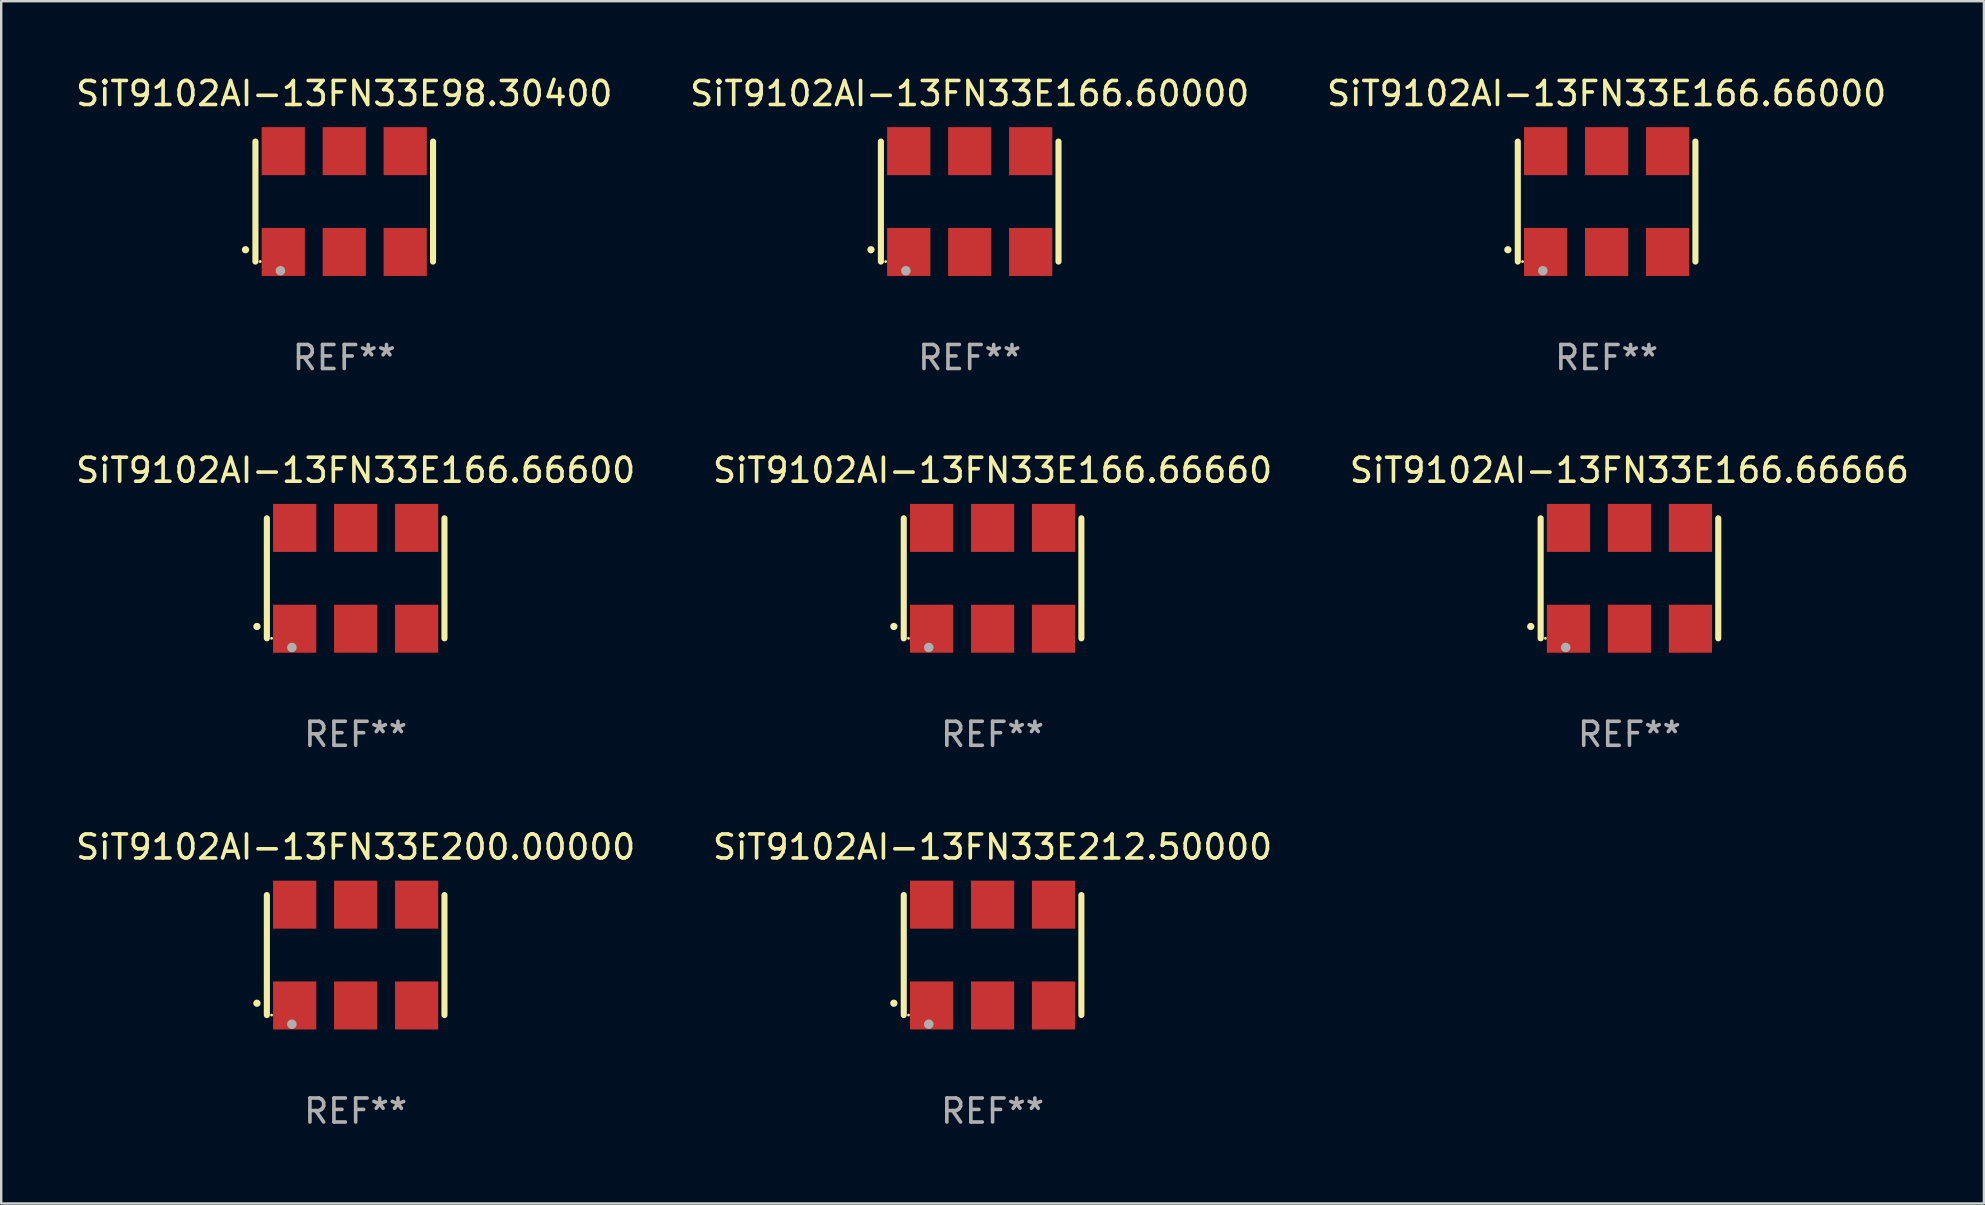
<source format=kicad_pcb>
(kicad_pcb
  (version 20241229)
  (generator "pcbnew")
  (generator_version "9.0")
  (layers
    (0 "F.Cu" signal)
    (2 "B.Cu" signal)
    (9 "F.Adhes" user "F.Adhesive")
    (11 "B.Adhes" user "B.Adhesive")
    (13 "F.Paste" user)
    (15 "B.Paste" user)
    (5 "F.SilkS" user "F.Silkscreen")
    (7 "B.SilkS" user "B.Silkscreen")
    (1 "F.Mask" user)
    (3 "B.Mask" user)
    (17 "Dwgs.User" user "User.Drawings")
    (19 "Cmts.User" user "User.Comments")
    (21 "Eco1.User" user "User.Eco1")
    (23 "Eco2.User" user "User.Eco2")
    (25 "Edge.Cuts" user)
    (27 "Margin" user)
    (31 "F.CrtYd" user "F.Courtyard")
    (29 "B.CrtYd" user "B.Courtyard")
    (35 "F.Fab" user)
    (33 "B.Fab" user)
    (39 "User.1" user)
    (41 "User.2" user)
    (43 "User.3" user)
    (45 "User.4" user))
  (footprint "SiT9102AI-13FN33E212.50000"
    (layer "F.Cu")
    (at 38.304 36.741)
    (property "Reference" "SiT9102AI-13FN33E212.50000" (at 0 -4.5 0) (layer "F.SilkS") (effects (font (size 1 1) (thickness 0.15))))
    (attr through_hole)
    (fp_line (start -3.7 -2.5) (end -3.7 2.5) (stroke (width 0.254) (type solid)) (layer "F.SilkS"))
    (fp_line (start 3.7 -2.5) (end 3.7 2.5) (stroke (width 0.254) (type solid)) (layer "F.SilkS"))
    (fp_arc (start -4.114415 2.006604) (mid -4.113145 2.006599) (end -4.111875 2.006604) (stroke (width 0.3) (type solid)) (layer "F.SilkS"))
    (fp_circle (center -3.502 2.5) (end -3.472 2.5) (stroke (width 0.06) (type solid)) (fill no) (layer "F.SilkS"))
    (fp_circle (center -2.657 2.882) (end -2.557 2.882) (stroke (width 0.2) (type solid)) (fill no) (layer "F.Fab"))
    (fp_text user "REF**" (at 0 6.5 0) (layer "F.Fab") (effects (font (size 1 1) (thickness 0.15))))
    (pad "1" smd rect (at -2.54 2.1) (size 1.8 2) (layers "F.Cu" "F.Mask" "F.Paste"))
    (pad "2" smd rect (at 0.000394 2.1) (size 1.8 2) (layers "F.Cu" "F.Mask" "F.Paste"))
    (pad "3" smd rect (at 2.54 2.1) (size 1.8 2) (layers "F.Cu" "F.Mask" "F.Paste"))
    (pad "4" smd rect (at 2.54 -2.1) (size 1.8 2) (layers "F.Cu" "F.Mask" "F.Paste"))
    (pad "5" smd rect (at 0.000394 -2.1) (size 1.8 2) (layers "F.Cu" "F.Mask" "F.Paste"))
    (pad "6" smd rect (at -2.54 -2.1) (size 1.8 2) (layers "F.Cu" "F.Mask" "F.Paste")))
  (footprint "SiT9102AI-13FN33E166.66000"
    (layer "F.Cu")
    (at 63.887 5.348)
    (property "Reference" "SiT9102AI-13FN33E166.66000" (at 0 -4.5 0) (layer "F.SilkS") (effects (font (size 1 1) (thickness 0.15))))
    (attr through_hole)
    (fp_line (start -3.7 -2.5) (end -3.7 2.5) (stroke (width 0.254) (type solid)) (layer "F.SilkS"))
    (fp_line (start 3.7 -2.5) (end 3.7 2.5) (stroke (width 0.254) (type solid)) (layer "F.SilkS"))
    (fp_arc (start -4.114415 2.006604) (mid -4.113145 2.006599) (end -4.111875 2.006604) (stroke (width 0.3) (type solid)) (layer "F.SilkS"))
    (fp_circle (center -3.502 2.5) (end -3.472 2.5) (stroke (width 0.06) (type solid)) (fill no) (layer "F.SilkS"))
    (fp_circle (center -2.657 2.882) (end -2.557 2.882) (stroke (width 0.2) (type solid)) (fill no) (layer "F.Fab"))
    (fp_text user "REF**" (at 0 6.5 0) (layer "F.Fab") (effects (font (size 1 1) (thickness 0.15))))
    (pad "1" smd rect (at -2.54 2.1) (size 1.8 2) (layers "F.Cu" "F.Mask" "F.Paste"))
    (pad "2" smd rect (at 0.000394 2.1) (size 1.8 2) (layers "F.Cu" "F.Mask" "F.Paste"))
    (pad "3" smd rect (at 2.54 2.1) (size 1.8 2) (layers "F.Cu" "F.Mask" "F.Paste"))
    (pad "4" smd rect (at 2.54 -2.1) (size 1.8 2) (layers "F.Cu" "F.Mask" "F.Paste"))
    (pad "5" smd rect (at 0.000394 -2.1) (size 1.8 2) (layers "F.Cu" "F.Mask" "F.Paste"))
    (pad "6" smd rect (at -2.54 -2.1) (size 1.8 2) (layers "F.Cu" "F.Mask" "F.Paste")))
  (footprint "SiT9102AI-13FN33E200.00000"
    (layer "F.Cu")
    (at 11.768 36.741)
    (property "Reference" "SiT9102AI-13FN33E200.00000" (at 0 -4.5 0) (layer "F.SilkS") (effects (font (size 1 1) (thickness 0.15))))
    (attr through_hole)
    (fp_line (start -3.7 -2.5) (end -3.7 2.5) (stroke (width 0.254) (type solid)) (layer "F.SilkS"))
    (fp_line (start 3.7 -2.5) (end 3.7 2.5) (stroke (width 0.254) (type solid)) (layer "F.SilkS"))
    (fp_arc (start -4.114415 2.006604) (mid -4.113145 2.006599) (end -4.111875 2.006604) (stroke (width 0.3) (type solid)) (layer "F.SilkS"))
    (fp_circle (center -3.502 2.5) (end -3.472 2.5) (stroke (width 0.06) (type solid)) (fill no) (layer "F.SilkS"))
    (fp_circle (center -2.657 2.882) (end -2.557 2.882) (stroke (width 0.2) (type solid)) (fill no) (layer "F.Fab"))
    (fp_text user "REF**" (at 0 6.5 0) (layer "F.Fab") (effects (font (size 1 1) (thickness 0.15))))
    (pad "1" smd rect (at -2.54 2.1) (size 1.8 2) (layers "F.Cu" "F.Mask" "F.Paste"))
    (pad "2" smd rect (at 0.000394 2.1) (size 1.8 2) (layers "F.Cu" "F.Mask" "F.Paste"))
    (pad "3" smd rect (at 2.54 2.1) (size 1.8 2) (layers "F.Cu" "F.Mask" "F.Paste"))
    (pad "4" smd rect (at 2.54 -2.1) (size 1.8 2) (layers "F.Cu" "F.Mask" "F.Paste"))
    (pad "5" smd rect (at 0.000394 -2.1) (size 1.8 2) (layers "F.Cu" "F.Mask" "F.Paste"))
    (pad "6" smd rect (at -2.54 -2.1) (size 1.8 2) (layers "F.Cu" "F.Mask" "F.Paste")))
  (footprint "SiT9102AI-13FN33E166.66600"
    (layer "F.Cu")
    (at 11.768 21.045)
    (property "Reference" "SiT9102AI-13FN33E166.66600" (at 0 -4.5 0) (layer "F.SilkS") (effects (font (size 1 1) (thickness 0.15))))
    (attr through_hole)
    (fp_line (start -3.7 -2.5) (end -3.7 2.5) (stroke (width 0.254) (type solid)) (layer "F.SilkS"))
    (fp_line (start 3.7 -2.5) (end 3.7 2.5) (stroke (width 0.254) (type solid)) (layer "F.SilkS"))
    (fp_arc (start -4.114415 2.006604) (mid -4.113145 2.006599) (end -4.111875 2.006604) (stroke (width 0.3) (type solid)) (layer "F.SilkS"))
    (fp_circle (center -3.502 2.5) (end -3.472 2.5) (stroke (width 0.06) (type solid)) (fill no) (layer "F.SilkS"))
    (fp_circle (center -2.657 2.882) (end -2.557 2.882) (stroke (width 0.2) (type solid)) (fill no) (layer "F.Fab"))
    (fp_text user "REF**" (at 0 6.5 0) (layer "F.Fab") (effects (font (size 1 1) (thickness 0.15))))
    (pad "1" smd rect (at -2.54 2.1) (size 1.8 2) (layers "F.Cu" "F.Mask" "F.Paste"))
    (pad "2" smd rect (at 0.000394 2.1) (size 1.8 2) (layers "F.Cu" "F.Mask" "F.Paste"))
    (pad "3" smd rect (at 2.54 2.1) (size 1.8 2) (layers "F.Cu" "F.Mask" "F.Paste"))
    (pad "4" smd rect (at 2.54 -2.1) (size 1.8 2) (layers "F.Cu" "F.Mask" "F.Paste"))
    (pad "5" smd rect (at 0.000394 -2.1) (size 1.8 2) (layers "F.Cu" "F.Mask" "F.Paste"))
    (pad "6" smd rect (at -2.54 -2.1) (size 1.8 2) (layers "F.Cu" "F.Mask" "F.Paste")))
  (footprint "SiT9102AI-13FN33E166.66666"
    (layer "F.Cu")
    (at 64.839 21.045)
    (property "Reference" "SiT9102AI-13FN33E166.66666" (at 0 -4.5 0) (layer "F.SilkS") (effects (font (size 1 1) (thickness 0.15))))
    (attr through_hole)
    (fp_line (start -3.7 -2.5) (end -3.7 2.5) (stroke (width 0.254) (type solid)) (layer "F.SilkS"))
    (fp_line (start 3.7 -2.5) (end 3.7 2.5) (stroke (width 0.254) (type solid)) (layer "F.SilkS"))
    (fp_arc (start -4.114415 2.006604) (mid -4.113145 2.006599) (end -4.111875 2.006604) (stroke (width 0.3) (type solid)) (layer "F.SilkS"))
    (fp_circle (center -3.502 2.5) (end -3.472 2.5) (stroke (width 0.06) (type solid)) (fill no) (layer "F.SilkS"))
    (fp_circle (center -2.657 2.882) (end -2.557 2.882) (stroke (width 0.2) (type solid)) (fill no) (layer "F.Fab"))
    (fp_text user "REF**" (at 0 6.5 0) (layer "F.Fab") (effects (font (size 1 1) (thickness 0.15))))
    (pad "1" smd rect (at -2.54 2.1) (size 1.8 2) (layers "F.Cu" "F.Mask" "F.Paste"))
    (pad "2" smd rect (at 0.000394 2.1) (size 1.8 2) (layers "F.Cu" "F.Mask" "F.Paste"))
    (pad "3" smd rect (at 2.54 2.1) (size 1.8 2) (layers "F.Cu" "F.Mask" "F.Paste"))
    (pad "4" smd rect (at 2.54 -2.1) (size 1.8 2) (layers "F.Cu" "F.Mask" "F.Paste"))
    (pad "5" smd rect (at 0.000394 -2.1) (size 1.8 2) (layers "F.Cu" "F.Mask" "F.Paste"))
    (pad "6" smd rect (at -2.54 -2.1) (size 1.8 2) (layers "F.Cu" "F.Mask" "F.Paste")))
  (footprint "SiT9102AI-13FN33E98.30400"
    (layer "F.Cu")
    (at 11.292 5.348)
    (property "Reference" "SiT9102AI-13FN33E98.30400" (at 0 -4.5 0) (layer "F.SilkS") (effects (font (size 1 1) (thickness 0.15))))
    (attr through_hole)
    (fp_line (start -3.7 -2.5) (end -3.7 2.5) (stroke (width 0.254) (type solid)) (layer "F.SilkS"))
    (fp_line (start 3.7 -2.5) (end 3.7 2.5) (stroke (width 0.254) (type solid)) (layer "F.SilkS"))
    (fp_arc (start -4.114415 2.006604) (mid -4.113145 2.006599) (end -4.111875 2.006604) (stroke (width 0.3) (type solid)) (layer "F.SilkS"))
    (fp_circle (center -3.502 2.5) (end -3.472 2.5) (stroke (width 0.06) (type solid)) (fill no) (layer "F.SilkS"))
    (fp_circle (center -2.657 2.882) (end -2.557 2.882) (stroke (width 0.2) (type solid)) (fill no) (layer "F.Fab"))
    (fp_text user "REF**" (at 0 6.5 0) (layer "F.Fab") (effects (font (size 1 1) (thickness 0.15))))
    (pad "1" smd rect (at -2.54 2.1) (size 1.8 2) (layers "F.Cu" "F.Mask" "F.Paste"))
    (pad "2" smd rect (at 0.000394 2.1) (size 1.8 2) (layers "F.Cu" "F.Mask" "F.Paste"))
    (pad "3" smd rect (at 2.54 2.1) (size 1.8 2) (layers "F.Cu" "F.Mask" "F.Paste"))
    (pad "4" smd rect (at 2.54 -2.1) (size 1.8 2) (layers "F.Cu" "F.Mask" "F.Paste"))
    (pad "5" smd rect (at 0.000394 -2.1) (size 1.8 2) (layers "F.Cu" "F.Mask" "F.Paste"))
    (pad "6" smd rect (at -2.54 -2.1) (size 1.8 2) (layers "F.Cu" "F.Mask" "F.Paste")))
  (footprint "SiT9102AI-13FN33E166.66660"
    (layer "F.Cu")
    (at 38.304 21.045)
    (property "Reference" "SiT9102AI-13FN33E166.66660" (at 0 -4.5 0) (layer "F.SilkS") (effects (font (size 1 1) (thickness 0.15))))
    (attr through_hole)
    (fp_line (start -3.7 -2.5) (end -3.7 2.5) (stroke (width 0.254) (type solid)) (layer "F.SilkS"))
    (fp_line (start 3.7 -2.5) (end 3.7 2.5) (stroke (width 0.254) (type solid)) (layer "F.SilkS"))
    (fp_arc (start -4.114415 2.006604) (mid -4.113145 2.006599) (end -4.111875 2.006604) (stroke (width 0.3) (type solid)) (layer "F.SilkS"))
    (fp_circle (center -3.502 2.5) (end -3.472 2.5) (stroke (width 0.06) (type solid)) (fill no) (layer "F.SilkS"))
    (fp_circle (center -2.657 2.882) (end -2.557 2.882) (stroke (width 0.2) (type solid)) (fill no) (layer "F.Fab"))
    (fp_text user "REF**" (at 0 6.5 0) (layer "F.Fab") (effects (font (size 1 1) (thickness 0.15))))
    (pad "1" smd rect (at -2.54 2.1) (size 1.8 2) (layers "F.Cu" "F.Mask" "F.Paste"))
    (pad "2" smd rect (at 0.000394 2.1) (size 1.8 2) (layers "F.Cu" "F.Mask" "F.Paste"))
    (pad "3" smd rect (at 2.54 2.1) (size 1.8 2) (layers "F.Cu" "F.Mask" "F.Paste"))
    (pad "4" smd rect (at 2.54 -2.1) (size 1.8 2) (layers "F.Cu" "F.Mask" "F.Paste"))
    (pad "5" smd rect (at 0.000394 -2.1) (size 1.8 2) (layers "F.Cu" "F.Mask" "F.Paste"))
    (pad "6" smd rect (at -2.54 -2.1) (size 1.8 2) (layers "F.Cu" "F.Mask" "F.Paste")))
  (footprint "SiT9102AI-13FN33E166.60000"
    (layer "F.Cu")
    (at 37.351 5.348)
    (property "Reference" "SiT9102AI-13FN33E166.60000" (at 0 -4.5 0) (layer "F.SilkS") (effects (font (size 1 1) (thickness 0.15))))
    (attr through_hole)
    (fp_line (start -3.7 -2.5) (end -3.7 2.5) (stroke (width 0.254) (type solid)) (layer "F.SilkS"))
    (fp_line (start 3.7 -2.5) (end 3.7 2.5) (stroke (width 0.254) (type solid)) (layer "F.SilkS"))
    (fp_arc (start -4.114415 2.006604) (mid -4.113145 2.006599) (end -4.111875 2.006604) (stroke (width 0.3) (type solid)) (layer "F.SilkS"))
    (fp_circle (center -3.502 2.5) (end -3.472 2.5) (stroke (width 0.06) (type solid)) (fill no) (layer "F.SilkS"))
    (fp_circle (center -2.657 2.882) (end -2.557 2.882) (stroke (width 0.2) (type solid)) (fill no) (layer "F.Fab"))
    (fp_text user "REF**" (at 0 6.5 0) (layer "F.Fab") (effects (font (size 1 1) (thickness 0.15))))
    (pad "1" smd rect (at -2.54 2.1) (size 1.8 2) (layers "F.Cu" "F.Mask" "F.Paste"))
    (pad "2" smd rect (at 0.000394 2.1) (size 1.8 2) (layers "F.Cu" "F.Mask" "F.Paste"))
    (pad "3" smd rect (at 2.54 2.1) (size 1.8 2) (layers "F.Cu" "F.Mask" "F.Paste"))
    (pad "4" smd rect (at 2.54 -2.1) (size 1.8 2) (layers "F.Cu" "F.Mask" "F.Paste"))
    (pad "5" smd rect (at 0.000394 -2.1) (size 1.8 2) (layers "F.Cu" "F.Mask" "F.Paste"))
    (pad "6" smd rect (at -2.54 -2.1) (size 1.8 2) (layers "F.Cu" "F.Mask" "F.Paste")))
  (gr_rect
    (start -3 -3)
    (end 79.607 47.09)
    (stroke (width 0.1) (type default))
    (fill no)
    (layer "Edge.Cuts")))
</source>
